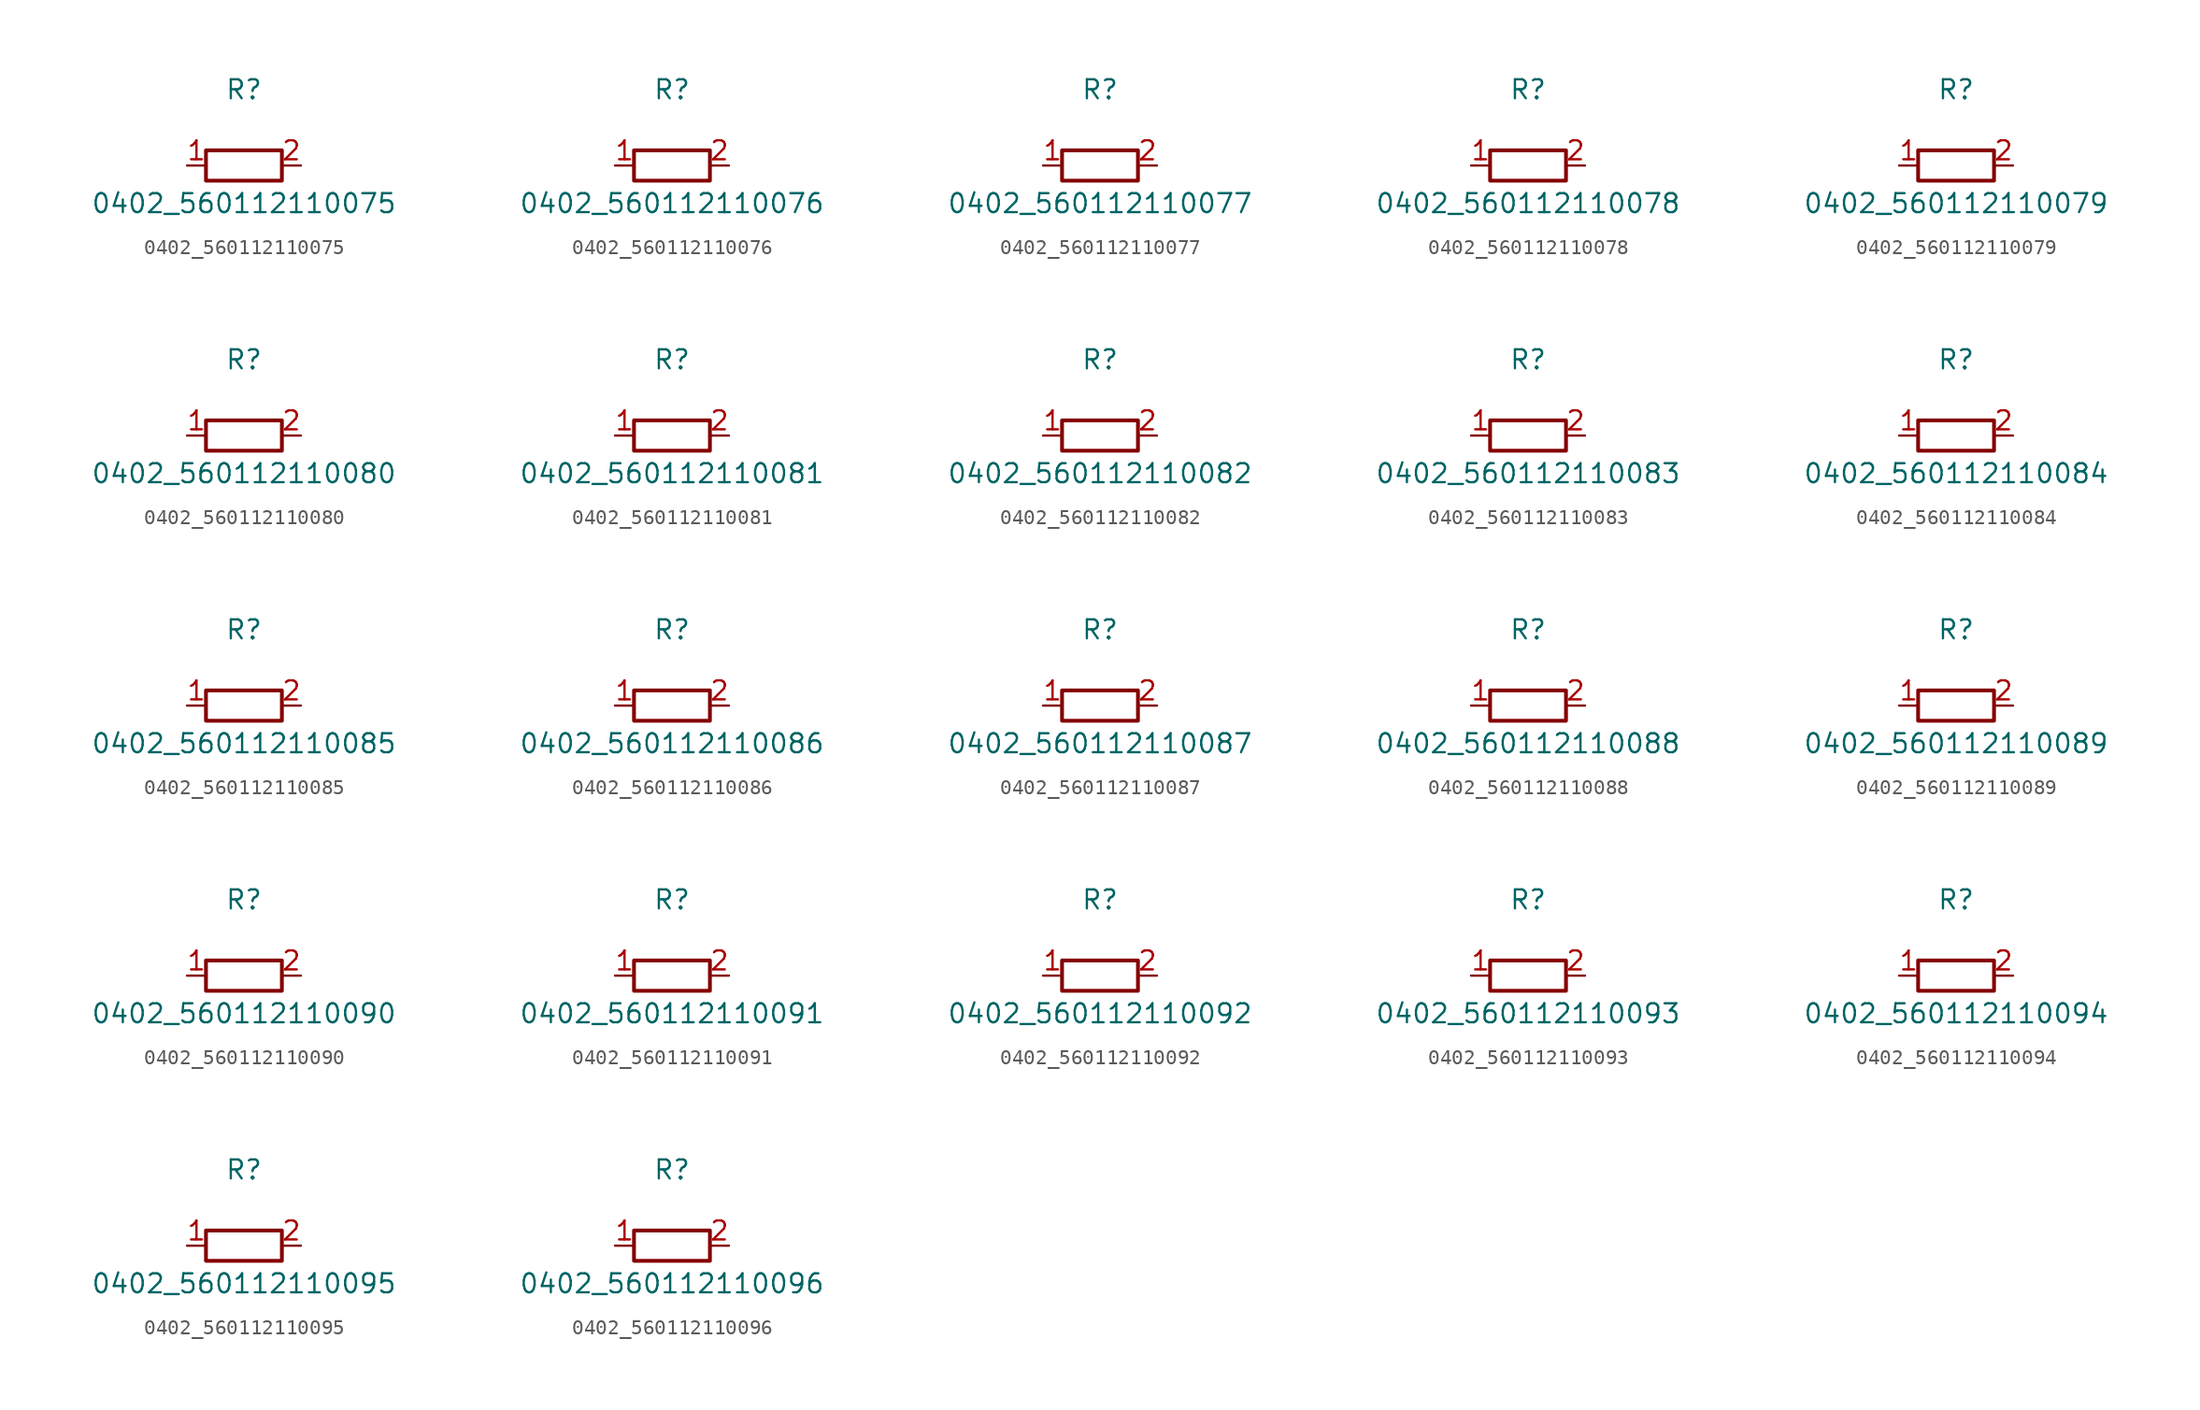
<source format=kicad_sym>
(kicad_symbol_lib
  (version 20220914)
  (generator kicad_symbol_editor)
  (symbol "0402_560112110075"
    (pin_names hide)
    (property "Reference" "R"
      (at 0 5.08 0)
      (effects (font (size 1.27 1.27))))
    (property "Value" "0402_560112110075"
      (at 0 -2.54 0)
      (effects (font (size 1.27 1.27))))
    (symbol "0402_560112110075_0_1"
      (rectangle (start -2.54 -1.016) (end 2.54 1.016) (stroke (width 0.254) (type default)) (fill (type none))))
    (symbol "0402_560112110075_1_1"
      (pin passive line (at -3.81 0 0) (length 1.27) (name "~" (effects (font (size 1.27 1.27)))) (number "1" (effects (font (size 1.27 1.27)))))
      (pin passive line (at 3.81 0 180) (length 1.27) (name "~" (effects (font (size 1.27 1.27)))) (number "2" (effects (font (size 1.27 1.27)))))))
  (symbol "0402_560112110076"
    (pin_names hide)
    (property "Reference" "R"
      (at 0 5.08 0)
      (effects (font (size 1.27 1.27))))
    (property "Value" "0402_560112110076"
      (at 0 -2.54 0)
      (effects (font (size 1.27 1.27))))
    (symbol "0402_560112110076_0_1"
      (rectangle (start -2.54 -1.016) (end 2.54 1.016) (stroke (width 0.254) (type default)) (fill (type none))))
    (symbol "0402_560112110076_1_1"
      (pin passive line (at -3.81 0 0) (length 1.27) (name "~" (effects (font (size 1.27 1.27)))) (number "1" (effects (font (size 1.27 1.27)))))
      (pin passive line (at 3.81 0 180) (length 1.27) (name "~" (effects (font (size 1.27 1.27)))) (number "2" (effects (font (size 1.27 1.27)))))))
  (symbol "0402_560112110077"
    (pin_names hide)
    (property "Reference" "R"
      (at 0 5.08 0)
      (effects (font (size 1.27 1.27))))
    (property "Value" "0402_560112110077"
      (at 0 -2.54 0)
      (effects (font (size 1.27 1.27))))
    (symbol "0402_560112110077_0_1"
      (rectangle (start -2.54 -1.016) (end 2.54 1.016) (stroke (width 0.254) (type default)) (fill (type none))))
    (symbol "0402_560112110077_1_1"
      (pin passive line (at -3.81 0 0) (length 1.27) (name "~" (effects (font (size 1.27 1.27)))) (number "1" (effects (font (size 1.27 1.27)))))
      (pin passive line (at 3.81 0 180) (length 1.27) (name "~" (effects (font (size 1.27 1.27)))) (number "2" (effects (font (size 1.27 1.27)))))))
  (symbol "0402_560112110078"
    (pin_names hide)
    (property "Reference" "R"
      (at 0 5.08 0)
      (effects (font (size 1.27 1.27))))
    (property "Value" "0402_560112110078"
      (at 0 -2.54 0)
      (effects (font (size 1.27 1.27))))
    (symbol "0402_560112110078_0_1"
      (rectangle (start -2.54 -1.016) (end 2.54 1.016) (stroke (width 0.254) (type default)) (fill (type none))))
    (symbol "0402_560112110078_1_1"
      (pin passive line (at -3.81 0 0) (length 1.27) (name "~" (effects (font (size 1.27 1.27)))) (number "1" (effects (font (size 1.27 1.27)))))
      (pin passive line (at 3.81 0 180) (length 1.27) (name "~" (effects (font (size 1.27 1.27)))) (number "2" (effects (font (size 1.27 1.27)))))))
  (symbol "0402_560112110079"
    (pin_names hide)
    (property "Reference" "R"
      (at 0 5.08 0)
      (effects (font (size 1.27 1.27))))
    (property "Value" "0402_560112110079"
      (at 0 -2.54 0)
      (effects (font (size 1.27 1.27))))
    (symbol "0402_560112110079_0_1"
      (rectangle (start -2.54 -1.016) (end 2.54 1.016) (stroke (width 0.254) (type default)) (fill (type none))))
    (symbol "0402_560112110079_1_1"
      (pin passive line (at -3.81 0 0) (length 1.27) (name "~" (effects (font (size 1.27 1.27)))) (number "1" (effects (font (size 1.27 1.27)))))
      (pin passive line (at 3.81 0 180) (length 1.27) (name "~" (effects (font (size 1.27 1.27)))) (number "2" (effects (font (size 1.27 1.27)))))))
  (symbol "0402_560112110080"
    (pin_names hide)
    (property "Reference" "R"
      (at 0 5.08 0)
      (effects (font (size 1.27 1.27))))
    (property "Value" "0402_560112110080"
      (at 0 -2.54 0)
      (effects (font (size 1.27 1.27))))
    (symbol "0402_560112110080_0_1"
      (rectangle (start -2.54 -1.016) (end 2.54 1.016) (stroke (width 0.254) (type default)) (fill (type none))))
    (symbol "0402_560112110080_1_1"
      (pin passive line (at -3.81 0 0) (length 1.27) (name "~" (effects (font (size 1.27 1.27)))) (number "1" (effects (font (size 1.27 1.27)))))
      (pin passive line (at 3.81 0 180) (length 1.27) (name "~" (effects (font (size 1.27 1.27)))) (number "2" (effects (font (size 1.27 1.27)))))))
  (symbol "0402_560112110081"
    (pin_names hide)
    (property "Reference" "R"
      (at 0 5.08 0)
      (effects (font (size 1.27 1.27))))
    (property "Value" "0402_560112110081"
      (at 0 -2.54 0)
      (effects (font (size 1.27 1.27))))
    (symbol "0402_560112110081_0_1"
      (rectangle (start -2.54 -1.016) (end 2.54 1.016) (stroke (width 0.254) (type default)) (fill (type none))))
    (symbol "0402_560112110081_1_1"
      (pin passive line (at -3.81 0 0) (length 1.27) (name "~" (effects (font (size 1.27 1.27)))) (number "1" (effects (font (size 1.27 1.27)))))
      (pin passive line (at 3.81 0 180) (length 1.27) (name "~" (effects (font (size 1.27 1.27)))) (number "2" (effects (font (size 1.27 1.27)))))))
  (symbol "0402_560112110082"
    (pin_names hide)
    (property "Reference" "R"
      (at 0 5.08 0)
      (effects (font (size 1.27 1.27))))
    (property "Value" "0402_560112110082"
      (at 0 -2.54 0)
      (effects (font (size 1.27 1.27))))
    (symbol "0402_560112110082_0_1"
      (rectangle (start -2.54 -1.016) (end 2.54 1.016) (stroke (width 0.254) (type default)) (fill (type none))))
    (symbol "0402_560112110082_1_1"
      (pin passive line (at -3.81 0 0) (length 1.27) (name "~" (effects (font (size 1.27 1.27)))) (number "1" (effects (font (size 1.27 1.27)))))
      (pin passive line (at 3.81 0 180) (length 1.27) (name "~" (effects (font (size 1.27 1.27)))) (number "2" (effects (font (size 1.27 1.27)))))))
  (symbol "0402_560112110083"
    (pin_names hide)
    (property "Reference" "R"
      (at 0 5.08 0)
      (effects (font (size 1.27 1.27))))
    (property "Value" "0402_560112110083"
      (at 0 -2.54 0)
      (effects (font (size 1.27 1.27))))
    (symbol "0402_560112110083_0_1"
      (rectangle (start -2.54 -1.016) (end 2.54 1.016) (stroke (width 0.254) (type default)) (fill (type none))))
    (symbol "0402_560112110083_1_1"
      (pin passive line (at -3.81 0 0) (length 1.27) (name "~" (effects (font (size 1.27 1.27)))) (number "1" (effects (font (size 1.27 1.27)))))
      (pin passive line (at 3.81 0 180) (length 1.27) (name "~" (effects (font (size 1.27 1.27)))) (number "2" (effects (font (size 1.27 1.27)))))))
  (symbol "0402_560112110084"
    (pin_names hide)
    (property "Reference" "R"
      (at 0 5.08 0)
      (effects (font (size 1.27 1.27))))
    (property "Value" "0402_560112110084"
      (at 0 -2.54 0)
      (effects (font (size 1.27 1.27))))
    (symbol "0402_560112110084_0_1"
      (rectangle (start -2.54 -1.016) (end 2.54 1.016) (stroke (width 0.254) (type default)) (fill (type none))))
    (symbol "0402_560112110084_1_1"
      (pin passive line (at -3.81 0 0) (length 1.27) (name "~" (effects (font (size 1.27 1.27)))) (number "1" (effects (font (size 1.27 1.27)))))
      (pin passive line (at 3.81 0 180) (length 1.27) (name "~" (effects (font (size 1.27 1.27)))) (number "2" (effects (font (size 1.27 1.27)))))))
  (symbol "0402_560112110085"
    (pin_names hide)
    (property "Reference" "R"
      (at 0 5.08 0)
      (effects (font (size 1.27 1.27))))
    (property "Value" "0402_560112110085"
      (at 0 -2.54 0)
      (effects (font (size 1.27 1.27))))
    (symbol "0402_560112110085_0_1"
      (rectangle (start -2.54 -1.016) (end 2.54 1.016) (stroke (width 0.254) (type default)) (fill (type none))))
    (symbol "0402_560112110085_1_1"
      (pin passive line (at -3.81 0 0) (length 1.27) (name "~" (effects (font (size 1.27 1.27)))) (number "1" (effects (font (size 1.27 1.27)))))
      (pin passive line (at 3.81 0 180) (length 1.27) (name "~" (effects (font (size 1.27 1.27)))) (number "2" (effects (font (size 1.27 1.27)))))))
  (symbol "0402_560112110086"
    (pin_names hide)
    (property "Reference" "R"
      (at 0 5.08 0)
      (effects (font (size 1.27 1.27))))
    (property "Value" "0402_560112110086"
      (at 0 -2.54 0)
      (effects (font (size 1.27 1.27))))
    (symbol "0402_560112110086_0_1"
      (rectangle (start -2.54 -1.016) (end 2.54 1.016) (stroke (width 0.254) (type default)) (fill (type none))))
    (symbol "0402_560112110086_1_1"
      (pin passive line (at -3.81 0 0) (length 1.27) (name "~" (effects (font (size 1.27 1.27)))) (number "1" (effects (font (size 1.27 1.27)))))
      (pin passive line (at 3.81 0 180) (length 1.27) (name "~" (effects (font (size 1.27 1.27)))) (number "2" (effects (font (size 1.27 1.27)))))))
  (symbol "0402_560112110087"
    (pin_names hide)
    (property "Reference" "R"
      (at 0 5.08 0)
      (effects (font (size 1.27 1.27))))
    (property "Value" "0402_560112110087"
      (at 0 -2.54 0)
      (effects (font (size 1.27 1.27))))
    (symbol "0402_560112110087_0_1"
      (rectangle (start -2.54 -1.016) (end 2.54 1.016) (stroke (width 0.254) (type default)) (fill (type none))))
    (symbol "0402_560112110087_1_1"
      (pin passive line (at -3.81 0 0) (length 1.27) (name "~" (effects (font (size 1.27 1.27)))) (number "1" (effects (font (size 1.27 1.27)))))
      (pin passive line (at 3.81 0 180) (length 1.27) (name "~" (effects (font (size 1.27 1.27)))) (number "2" (effects (font (size 1.27 1.27)))))))
  (symbol "0402_560112110088"
    (pin_names hide)
    (property "Reference" "R"
      (at 0 5.08 0)
      (effects (font (size 1.27 1.27))))
    (property "Value" "0402_560112110088"
      (at 0 -2.54 0)
      (effects (font (size 1.27 1.27))))
    (symbol "0402_560112110088_0_1"
      (rectangle (start -2.54 -1.016) (end 2.54 1.016) (stroke (width 0.254) (type default)) (fill (type none))))
    (symbol "0402_560112110088_1_1"
      (pin passive line (at -3.81 0 0) (length 1.27) (name "~" (effects (font (size 1.27 1.27)))) (number "1" (effects (font (size 1.27 1.27)))))
      (pin passive line (at 3.81 0 180) (length 1.27) (name "~" (effects (font (size 1.27 1.27)))) (number "2" (effects (font (size 1.27 1.27)))))))
  (symbol "0402_560112110089"
    (pin_names hide)
    (property "Reference" "R"
      (at 0 5.08 0)
      (effects (font (size 1.27 1.27))))
    (property "Value" "0402_560112110089"
      (at 0 -2.54 0)
      (effects (font (size 1.27 1.27))))
    (symbol "0402_560112110089_0_1"
      (rectangle (start -2.54 -1.016) (end 2.54 1.016) (stroke (width 0.254) (type default)) (fill (type none))))
    (symbol "0402_560112110089_1_1"
      (pin passive line (at -3.81 0 0) (length 1.27) (name "~" (effects (font (size 1.27 1.27)))) (number "1" (effects (font (size 1.27 1.27)))))
      (pin passive line (at 3.81 0 180) (length 1.27) (name "~" (effects (font (size 1.27 1.27)))) (number "2" (effects (font (size 1.27 1.27)))))))
  (symbol "0402_560112110090"
    (pin_names hide)
    (property "Reference" "R"
      (at 0 5.08 0)
      (effects (font (size 1.27 1.27))))
    (property "Value" "0402_560112110090"
      (at 0 -2.54 0)
      (effects (font (size 1.27 1.27))))
    (symbol "0402_560112110090_0_1"
      (rectangle (start -2.54 -1.016) (end 2.54 1.016) (stroke (width 0.254) (type default)) (fill (type none))))
    (symbol "0402_560112110090_1_1"
      (pin passive line (at -3.81 0 0) (length 1.27) (name "~" (effects (font (size 1.27 1.27)))) (number "1" (effects (font (size 1.27 1.27)))))
      (pin passive line (at 3.81 0 180) (length 1.27) (name "~" (effects (font (size 1.27 1.27)))) (number "2" (effects (font (size 1.27 1.27)))))))
  (symbol "0402_560112110091"
    (pin_names hide)
    (property "Reference" "R"
      (at 0 5.08 0)
      (effects (font (size 1.27 1.27))))
    (property "Value" "0402_560112110091"
      (at 0 -2.54 0)
      (effects (font (size 1.27 1.27))))
    (symbol "0402_560112110091_0_1"
      (rectangle (start -2.54 -1.016) (end 2.54 1.016) (stroke (width 0.254) (type default)) (fill (type none))))
    (symbol "0402_560112110091_1_1"
      (pin passive line (at -3.81 0 0) (length 1.27) (name "~" (effects (font (size 1.27 1.27)))) (number "1" (effects (font (size 1.27 1.27)))))
      (pin passive line (at 3.81 0 180) (length 1.27) (name "~" (effects (font (size 1.27 1.27)))) (number "2" (effects (font (size 1.27 1.27)))))))
  (symbol "0402_560112110092"
    (pin_names hide)
    (property "Reference" "R"
      (at 0 5.08 0)
      (effects (font (size 1.27 1.27))))
    (property "Value" "0402_560112110092"
      (at 0 -2.54 0)
      (effects (font (size 1.27 1.27))))
    (symbol "0402_560112110092_0_1"
      (rectangle (start -2.54 -1.016) (end 2.54 1.016) (stroke (width 0.254) (type default)) (fill (type none))))
    (symbol "0402_560112110092_1_1"
      (pin passive line (at -3.81 0 0) (length 1.27) (name "~" (effects (font (size 1.27 1.27)))) (number "1" (effects (font (size 1.27 1.27)))))
      (pin passive line (at 3.81 0 180) (length 1.27) (name "~" (effects (font (size 1.27 1.27)))) (number "2" (effects (font (size 1.27 1.27)))))))
  (symbol "0402_560112110093"
    (pin_names hide)
    (property "Reference" "R"
      (at 0 5.08 0)
      (effects (font (size 1.27 1.27))))
    (property "Value" "0402_560112110093"
      (at 0 -2.54 0)
      (effects (font (size 1.27 1.27))))
    (symbol "0402_560112110093_0_1"
      (rectangle (start -2.54 -1.016) (end 2.54 1.016) (stroke (width 0.254) (type default)) (fill (type none))))
    (symbol "0402_560112110093_1_1"
      (pin passive line (at -3.81 0 0) (length 1.27) (name "~" (effects (font (size 1.27 1.27)))) (number "1" (effects (font (size 1.27 1.27)))))
      (pin passive line (at 3.81 0 180) (length 1.27) (name "~" (effects (font (size 1.27 1.27)))) (number "2" (effects (font (size 1.27 1.27)))))))
  (symbol "0402_560112110094"
    (pin_names hide)
    (property "Reference" "R"
      (at 0 5.08 0)
      (effects (font (size 1.27 1.27))))
    (property "Value" "0402_560112110094"
      (at 0 -2.54 0)
      (effects (font (size 1.27 1.27))))
    (symbol "0402_560112110094_0_1"
      (rectangle (start -2.54 -1.016) (end 2.54 1.016) (stroke (width 0.254) (type default)) (fill (type none))))
    (symbol "0402_560112110094_1_1"
      (pin passive line (at -3.81 0 0) (length 1.27) (name "~" (effects (font (size 1.27 1.27)))) (number "1" (effects (font (size 1.27 1.27)))))
      (pin passive line (at 3.81 0 180) (length 1.27) (name "~" (effects (font (size 1.27 1.27)))) (number "2" (effects (font (size 1.27 1.27)))))))
  (symbol "0402_560112110095"
    (pin_names hide)
    (property "Reference" "R"
      (at 0 5.08 0)
      (effects (font (size 1.27 1.27))))
    (property "Value" "0402_560112110095"
      (at 0 -2.54 0)
      (effects (font (size 1.27 1.27))))
    (symbol "0402_560112110095_0_1"
      (rectangle (start -2.54 -1.016) (end 2.54 1.016) (stroke (width 0.254) (type default)) (fill (type none))))
    (symbol "0402_560112110095_1_1"
      (pin passive line (at -3.81 0 0) (length 1.27) (name "~" (effects (font (size 1.27 1.27)))) (number "1" (effects (font (size 1.27 1.27)))))
      (pin passive line (at 3.81 0 180) (length 1.27) (name "~" (effects (font (size 1.27 1.27)))) (number "2" (effects (font (size 1.27 1.27)))))))
  (symbol "0402_560112110096"
    (pin_names hide)
    (property "Reference" "R"
      (at 0 5.08 0)
      (effects (font (size 1.27 1.27))))
    (property "Value" "0402_560112110096"
      (at 0 -2.54 0)
      (effects (font (size 1.27 1.27))))
    (symbol "0402_560112110096_0_1"
      (rectangle (start -2.54 -1.016) (end 2.54 1.016) (stroke (width 0.254) (type default)) (fill (type none))))
    (symbol "0402_560112110096_1_1"
      (pin passive line (at -3.81 0 0) (length 1.27) (name "~" (effects (font (size 1.27 1.27)))) (number "1" (effects (font (size 1.27 1.27)))))
      (pin passive line (at 3.81 0 180) (length 1.27) (name "~" (effects (font (size 1.27 1.27)))) (number "2" (effects (font (size 1.27 1.27))))))))
</source>
